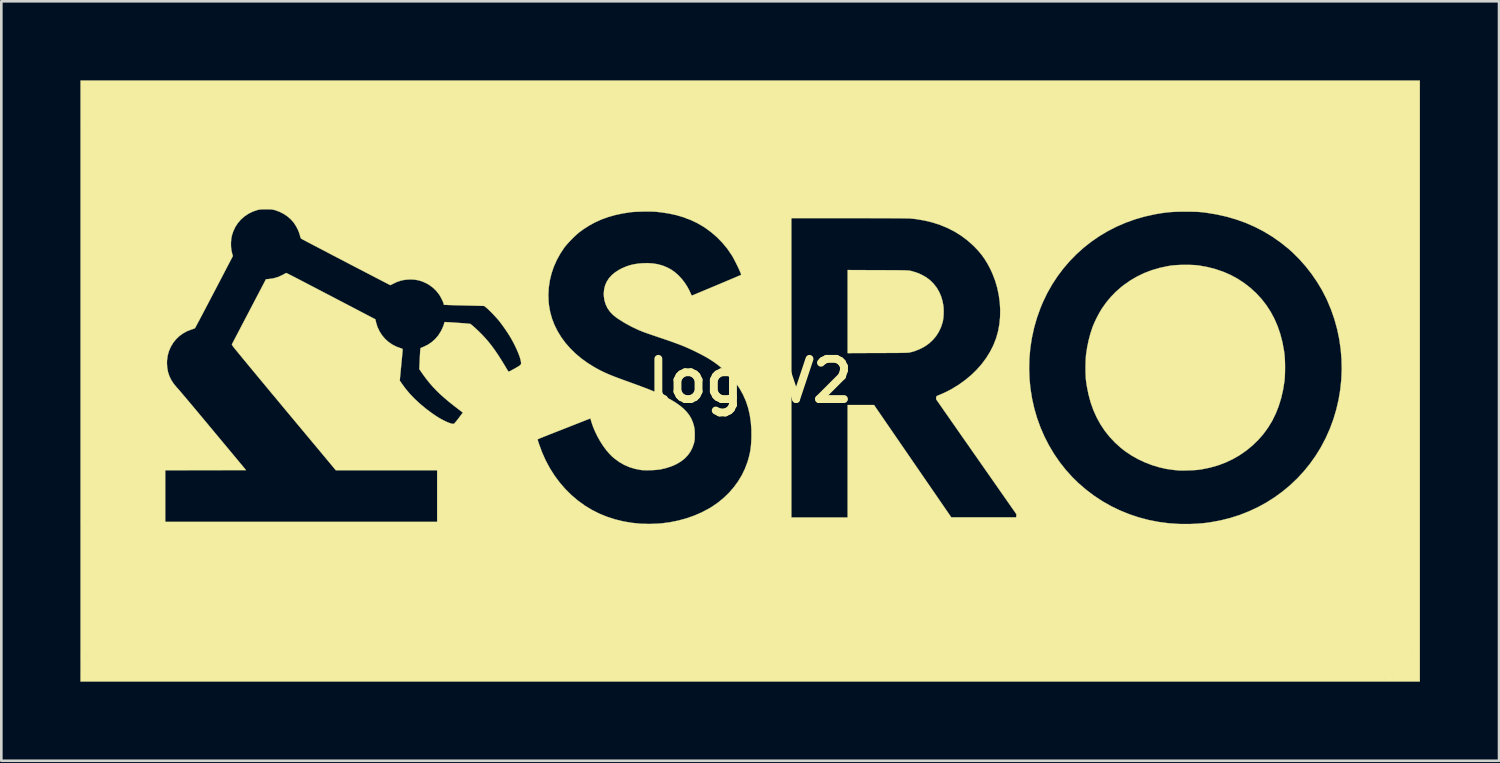
<source format=kicad_pcb>
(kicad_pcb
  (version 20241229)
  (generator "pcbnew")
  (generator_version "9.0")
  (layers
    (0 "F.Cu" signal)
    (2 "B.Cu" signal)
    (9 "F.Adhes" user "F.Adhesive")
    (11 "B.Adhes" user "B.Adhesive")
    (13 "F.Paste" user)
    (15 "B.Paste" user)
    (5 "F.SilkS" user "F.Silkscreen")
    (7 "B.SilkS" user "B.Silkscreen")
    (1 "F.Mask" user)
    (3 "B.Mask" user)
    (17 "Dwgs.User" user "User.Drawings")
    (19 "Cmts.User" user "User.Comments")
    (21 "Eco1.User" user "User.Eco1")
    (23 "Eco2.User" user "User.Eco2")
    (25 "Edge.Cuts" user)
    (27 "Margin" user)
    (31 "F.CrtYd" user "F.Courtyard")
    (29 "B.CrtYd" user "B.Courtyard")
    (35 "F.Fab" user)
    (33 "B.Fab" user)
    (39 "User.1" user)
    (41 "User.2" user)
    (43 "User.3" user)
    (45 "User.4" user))
  (footprint "logoV2"
    (layer "F.Cu")
    (at 25.405 11.397)
    (property "Reference" "logoV2" (at 0 0 0) (layer "F.SilkS") (effects (font (size 1.524 1.524) (thickness 0.3))))
    (attr through_hole)
    (fp_poly (pts (xy 4.842 -4.2) (xy 5.039 -4.2) (xy 5.212 -4.199) (xy 5.364 -4.198) (xy 5.495 -4.197) (xy 5.607 -4.197) (xy 5.703 -4.196) (xy 5.783 -4.194) (xy 5.85 -4.193) (xy 5.905 -4.191) (xy 5.95 -4.189) (xy 5.987 -4.187) (xy 6.017 -4.184) (xy 6.042 -4.181) (xy 6.064 -4.178) (xy 6.084 -4.174) (xy 6.102 -4.17) (xy 6.304 -4.111) (xy 6.49 -4.034) (xy 6.66 -3.939) (xy 6.813 -3.827) (xy 6.948 -3.697) (xy 7.064 -3.55) (xy 7.083 -3.522) (xy 7.17 -3.372) (xy 7.238 -3.216) (xy 7.289 -3.049) (xy 7.324 -2.877) (xy 7.336 -2.77) (xy 7.34 -2.65) (xy 7.338 -2.525) (xy 7.329 -2.402) (xy 7.314 -2.291) (xy 7.298 -2.219) (xy 7.236 -2.031) (xy 7.153 -1.857) (xy 7.05 -1.697) (xy 6.927 -1.552) (xy 6.786 -1.422) (xy 6.627 -1.309) (xy 6.451 -1.214) (xy 6.259 -1.136) (xy 6.096 -1.089) (xy 6.077 -1.084) (xy 6.058 -1.08) (xy 6.037 -1.077) (xy 6.012 -1.073) (xy 5.983 -1.071) (xy 5.947 -1.069) (xy 5.902 -1.067) (xy 5.847 -1.065) (xy 5.781 -1.064) (xy 5.7 -1.062) (xy 5.605 -1.061) (xy 5.492 -1.061) (xy 5.361 -1.06) (xy 5.209 -1.059) (xy 5.036 -1.058) (xy 4.842 -1.058) (xy 3.696 -1.053) (xy 3.696 -4.205) (xy 4.842 -4.2)) (stroke (width 0.01) (type solid)) (fill yes) (layer "F.SilkS"))
    (fp_poly (pts (xy 16.706 -4.399) (xy 16.833 -4.394) (xy 16.945 -4.386) (xy 17.018 -4.377) (xy 17.338 -4.32) (xy 17.645 -4.241) (xy 17.938 -4.141) (xy 18.218 -4.02) (xy 18.484 -3.877) (xy 18.736 -3.712) (xy 18.975 -3.526) (xy 19.197 -3.322) (xy 19.399 -3.103) (xy 19.581 -2.869) (xy 19.742 -2.621) (xy 19.883 -2.357) (xy 20.004 -2.079) (xy 20.105 -1.785) (xy 20.186 -1.476) (xy 20.247 -1.151) (xy 20.265 -1.022) (xy 20.274 -0.925) (xy 20.281 -0.809) (xy 20.286 -0.679) (xy 20.288 -0.542) (xy 20.287 -0.403) (xy 20.284 -0.268) (xy 20.279 -0.144) (xy 20.27 -0.036) (xy 20.265 0.013) (xy 20.212 0.344) (xy 20.139 0.659) (xy 20.046 0.96) (xy 19.933 1.245) (xy 19.8 1.515) (xy 19.646 1.769) (xy 19.472 2.008) (xy 19.277 2.233) (xy 19.062 2.442) (xy 18.827 2.636) (xy 18.811 2.648) (xy 18.561 2.821) (xy 18.297 2.972) (xy 18.021 3.101) (xy 17.734 3.208) (xy 17.436 3.292) (xy 17.127 3.354) (xy 16.999 3.373) (xy 16.943 3.378) (xy 16.869 3.384) (xy 16.782 3.389) (xy 16.688 3.393) (xy 16.59 3.396) (xy 16.495 3.398) (xy 16.407 3.4) (xy 16.331 3.399) (xy 16.273 3.398) (xy 16.25 3.396) (xy 16.216 3.393) (xy 16.164 3.388) (xy 16.103 3.382) (xy 16.059 3.378) (xy 15.784 3.339) (xy 15.507 3.276) (xy 15.232 3.192) (xy 14.962 3.087) (xy 14.701 2.964) (xy 14.452 2.823) (xy 14.218 2.665) (xy 14.06 2.542) (xy 13.835 2.338) (xy 13.631 2.121) (xy 13.447 1.89) (xy 13.284 1.644) (xy 13.141 1.383) (xy 13.017 1.108) (xy 12.914 0.817) (xy 12.831 0.51) (xy 12.767 0.187) (xy 12.736 -0.032) (xy 12.729 -0.113) (xy 12.724 -0.214) (xy 12.72 -0.33) (xy 12.719 -0.454) (xy 12.72 -0.582) (xy 12.723 -0.708) (xy 12.727 -0.826) (xy 12.734 -0.931) (xy 12.742 -1.017) (xy 12.743 -1.022) (xy 12.783 -1.28) (xy 12.837 -1.539) (xy 12.904 -1.79) (xy 12.981 -2.026) (xy 12.987 -2.043) (xy 13.025 -2.137) (xy 13.073 -2.246) (xy 13.129 -2.363) (xy 13.19 -2.481) (xy 13.251 -2.593) (xy 13.31 -2.693) (xy 13.348 -2.754) (xy 13.511 -2.983) (xy 13.685 -3.191) (xy 13.872 -3.383) (xy 14.077 -3.562) (xy 14.19 -3.65) (xy 14.434 -3.819) (xy 14.688 -3.966) (xy 14.952 -4.092) (xy 15.228 -4.197) (xy 15.518 -4.283) (xy 15.824 -4.349) (xy 15.951 -4.371) (xy 16.047 -4.382) (xy 16.163 -4.391) (xy 16.293 -4.398) (xy 16.43 -4.401) (xy 16.57 -4.401) (xy 16.706 -4.399)) (stroke (width 0.01) (type solid)) (fill yes) (layer "F.SilkS"))
    (fp_poly (pts (xy 25.4 11.405) (xy -25.4 11.405) (xy -25.4 11.347) (xy 23.8 11.347) (xy 23.806 11.354) (xy 23.812 11.347) (xy 23.806 11.341) (xy 23.8 11.347) (xy -25.4 11.347) (xy -25.4 11.271) (xy 24.041 11.271) (xy 24.047 11.278) (xy 24.054 11.271) (xy 24.047 11.265) (xy 24.041 11.271) (xy -25.4 11.271) (xy -25.4 11.119) (xy 24.359 11.119) (xy 24.365 11.125) (xy 24.371 11.119) (xy 24.365 11.113) (xy 24.359 11.119) (xy -25.4 11.119) (xy -25.4 10.471) (xy 25.044 10.471) (xy 25.051 10.477) (xy 25.057 10.471) (xy 25.051 10.465) (xy 25.044 10.471) (xy -25.4 10.471) (xy -25.4 10.37) (xy 25.108 10.37) (xy 25.114 10.376) (xy 25.121 10.37) (xy 25.114 10.363) (xy 25.108 10.37) (xy -25.4 10.37) (xy -25.4 3.391) (xy -22.187 3.391) (xy -22.187 5.347) (xy -11.874 5.347) (xy -11.874 3.391) (xy -15.716 3.391) (xy -16.691 2.221) (xy -8.065 2.221) (xy -8.061 2.236) (xy -8.05 2.27) (xy -8.035 2.319) (xy -8.016 2.377) (xy -8.013 2.388) (xy -7.894 2.71) (xy -7.756 3.019) (xy -7.598 3.313) (xy -7.421 3.592) (xy -7.225 3.855) (xy -7.013 4.101) (xy -6.783 4.329) (xy -6.537 4.538) (xy -6.275 4.728) (xy -6.267 4.733) (xy -6.003 4.893) (xy -5.724 5.034) (xy -5.432 5.153) (xy -5.13 5.251) (xy -4.817 5.328) (xy -4.496 5.383) (xy -4.168 5.417) (xy -3.835 5.427) (xy -3.498 5.415) (xy -3.349 5.403) (xy -3.03 5.36) (xy -2.717 5.296) (xy -2.412 5.212) (xy -2.325 5.182) (xy 1.562 5.182) (xy 3.696 5.182) (xy 3.696 0.914) (xy 4.697 0.914) (xy 6.162 3.045) (xy 7.627 5.175) (xy 10.09 5.175) (xy 10.094 5.116) (xy 10.098 5.057) (xy 8.582 2.887) (xy 8.434 2.676) (xy 8.291 2.47) (xy 8.151 2.271) (xy 8.017 2.079) (xy 7.889 1.896) (xy 7.768 1.721) (xy 7.653 1.558) (xy 7.547 1.405) (xy 7.449 1.265) (xy 7.36 1.138) (xy 7.282 1.025) (xy 7.214 0.927) (xy 7.157 0.846) (xy 7.112 0.782) (xy 7.08 0.736) (xy 7.061 0.709) (xy 7.057 0.702) (xy 7.052 0.68) (xy 7.053 0.645) (xy 7.055 0.631) (xy 7.061 0.602) (xy 7.07 0.583) (xy 7.09 0.568) (xy 7.126 0.553) (xy 7.142 0.547) (xy 7.251 0.502) (xy 7.371 0.448) (xy 7.494 0.388) (xy 7.609 0.328) (xy 7.645 0.308) (xy 7.91 0.145) (xy 8.157 -0.032) (xy 8.386 -0.223) (xy 8.595 -0.426) (xy 8.621 -0.455) (xy 10.581 -0.455) (xy 10.596 -0.059) (xy 10.631 0.292) (xy 10.692 0.673) (xy 10.776 1.047) (xy 10.883 1.413) (xy 11.012 1.77) (xy 11.163 2.116) (xy 11.335 2.451) (xy 11.527 2.773) (xy 11.74 3.082) (xy 11.971 3.375) (xy 12.221 3.653) (xy 12.453 3.879) (xy 12.742 4.128) (xy 13.045 4.357) (xy 13.361 4.565) (xy 13.69 4.751) (xy 14.03 4.915) (xy 14.381 5.058) (xy 14.741 5.178) (xy 15.109 5.275) (xy 15.486 5.349) (xy 15.868 5.4) (xy 16.257 5.427) (xy 16.651 5.43) (xy 16.834 5.423) (xy 16.972 5.415) (xy 17.093 5.406) (xy 17.205 5.396) (xy 17.314 5.383) (xy 17.431 5.367) (xy 17.45 5.364) (xy 17.83 5.295) (xy 18.2 5.203) (xy 18.562 5.088) (xy 18.912 4.951) (xy 19.252 4.793) (xy 19.579 4.614) (xy 19.892 4.415) (xy 20.192 4.197) (xy 20.477 3.96) (xy 20.746 3.705) (xy 20.999 3.432) (xy 21.234 3.142) (xy 21.451 2.836) (xy 21.649 2.515) (xy 21.826 2.178) (xy 21.831 2.169) (xy 21.988 1.815) (xy 22.122 1.453) (xy 22.232 1.084) (xy 22.319 0.71) (xy 22.382 0.331) (xy 22.422 -0.05) (xy 22.438 -0.434) (xy 22.43 -0.817) (xy 22.399 -1.199) (xy 22.344 -1.579) (xy 22.266 -1.955) (xy 22.164 -2.326) (xy 22.038 -2.691) (xy 21.889 -3.047) (xy 21.851 -3.131) (xy 21.687 -3.448) (xy 21.5 -3.758) (xy 21.294 -4.058) (xy 21.07 -4.345) (xy 20.83 -4.616) (xy 20.576 -4.869) (xy 20.425 -5.005) (xy 20.125 -5.246) (xy 19.814 -5.465) (xy 19.49 -5.662) (xy 19.154 -5.837) (xy 18.806 -5.99) (xy 18.445 -6.12) (xy 18.072 -6.229) (xy 17.686 -6.315) (xy 17.288 -6.38) (xy 17.208 -6.39) (xy 17.136 -6.398) (xy 17.069 -6.404) (xy 17.003 -6.409) (xy 16.932 -6.413) (xy 16.852 -6.416) (xy 16.759 -6.417) (xy 16.65 -6.418) (xy 16.535 -6.419) (xy 16.361 -6.418) (xy 16.207 -6.416) (xy 16.068 -6.41) (xy 15.938 -6.402) (xy 15.812 -6.39) (xy 15.685 -6.374) (xy 15.551 -6.354) (xy 15.406 -6.329) (xy 15.342 -6.317) (xy 14.965 -6.234) (xy 14.598 -6.128) (xy 14.242 -6) (xy 13.897 -5.851) (xy 13.565 -5.681) (xy 13.246 -5.491) (xy 12.941 -5.281) (xy 12.651 -5.053) (xy 12.376 -4.806) (xy 12.118 -4.542) (xy 11.877 -4.261) (xy 11.654 -3.964) (xy 11.45 -3.652) (xy 11.265 -3.325) (xy 11.101 -2.983) (xy 11.012 -2.769) (xy 10.878 -2.395) (xy 10.769 -2.015) (xy 10.685 -1.631) (xy 10.625 -1.242) (xy 10.59 -0.85) (xy 10.581 -0.455) (xy 8.621 -0.455) (xy 8.784 -0.641) (xy 8.952 -0.867) (xy 9.098 -1.102) (xy 9.222 -1.346) (xy 9.321 -1.598) (xy 9.335 -1.638) (xy 9.405 -1.891) (xy 9.453 -2.154) (xy 9.479 -2.425) (xy 9.484 -2.7) (xy 9.467 -2.978) (xy 9.429 -3.256) (xy 9.371 -3.531) (xy 9.291 -3.802) (xy 9.191 -4.064) (xy 9.113 -4.235) (xy 9.008 -4.434) (xy 8.898 -4.614) (xy 8.779 -4.781) (xy 8.646 -4.941) (xy 8.494 -5.1) (xy 8.463 -5.131) (xy 8.243 -5.327) (xy 8.007 -5.504) (xy 7.756 -5.661) (xy 7.49 -5.797) (xy 7.21 -5.913) (xy 6.916 -6.009) (xy 6.608 -6.083) (xy 6.287 -6.137) (xy 6.09 -6.159) (xy 6.058 -6.161) (xy 6.001 -6.163) (xy 5.92 -6.164) (xy 5.816 -6.166) (xy 5.689 -6.167) (xy 5.54 -6.168) (xy 5.37 -6.169) (xy 5.178 -6.17) (xy 4.967 -6.171) (xy 4.736 -6.171) (xy 4.486 -6.172) (xy 4.218 -6.172) (xy 3.933 -6.172) (xy 3.756 -6.172) (xy 1.562 -6.172) (xy 1.562 5.182) (xy -2.325 5.182) (xy -2.117 5.108) (xy -1.835 4.986) (xy -1.569 4.845) (xy -1.452 4.775) (xy -1.218 4.613) (xy -1 4.434) (xy -0.8 4.24) (xy -0.619 4.031) (xy -0.458 3.81) (xy -0.317 3.577) (xy -0.199 3.333) (xy -0.104 3.081) (xy -0.078 2.996) (xy -0.039 2.854) (xy -0.009 2.721) (xy 0.014 2.588) (xy 0.03 2.45) (xy 0.041 2.3) (xy 0.047 2.151) (xy 0.046 1.845) (xy 0.024 1.555) (xy -0.018 1.278) (xy -0.08 1.015) (xy -0.164 0.764) (xy -0.269 0.525) (xy -0.396 0.297) (xy -0.545 0.079) (xy -0.716 -0.129) (xy -0.813 -0.233) (xy -0.946 -0.365) (xy -1.078 -0.485) (xy -1.212 -0.596) (xy -1.353 -0.7) (xy -1.503 -0.8) (xy -1.667 -0.898) (xy -1.848 -0.997) (xy -2.049 -1.099) (xy -2.072 -1.11) (xy -2.193 -1.169) (xy -2.309 -1.222) (xy -2.422 -1.272) (xy -2.537 -1.321) (xy -2.657 -1.368) (xy -2.787 -1.417) (xy -2.929 -1.469) (xy -3.087 -1.525) (xy -3.266 -1.586) (xy -3.289 -1.594) (xy -3.448 -1.647) (xy -3.585 -1.694) (xy -3.702 -1.734) (xy -3.802 -1.768) (xy -3.887 -1.797) (xy -3.959 -1.823) (xy -4.02 -1.845) (xy -4.074 -1.865) (xy -4.121 -1.884) (xy -4.165 -1.902) (xy -4.207 -1.919) (xy -4.251 -1.938) (xy -4.267 -1.945) (xy -4.518 -2.065) (xy -4.765 -2.201) (xy -4.998 -2.347) (xy -5.074 -2.399) (xy -5.209 -2.508) (xy -5.323 -2.629) (xy -5.415 -2.762) (xy -5.483 -2.906) (xy -5.529 -3.06) (xy -5.551 -3.223) (xy -5.554 -3.308) (xy -5.54 -3.468) (xy -5.504 -3.618) (xy -5.444 -3.758) (xy -5.361 -3.887) (xy -5.255 -4.006) (xy -5.126 -4.115) (xy -4.974 -4.213) (xy -4.858 -4.273) (xy -4.713 -4.336) (xy -4.57 -4.385) (xy -4.422 -4.421) (xy -4.263 -4.446) (xy -4.119 -4.46) (xy -3.897 -4.468) (xy -3.69 -4.455) (xy -3.496 -4.423) (xy -3.312 -4.371) (xy -3.136 -4.297) (xy -2.996 -4.221) (xy -2.862 -4.128) (xy -2.73 -4.013) (xy -2.605 -3.88) (xy -2.49 -3.735) (xy -2.389 -3.58) (xy -2.303 -3.42) (xy -2.273 -3.351) (xy -2.251 -3.302) (xy -2.232 -3.263) (xy -2.219 -3.239) (xy -2.213 -3.234) (xy -2.2 -3.24) (xy -2.165 -3.254) (xy -2.112 -3.276) (xy -2.041 -3.305) (xy -1.956 -3.341) (xy -1.858 -3.382) (xy -1.75 -3.427) (xy -1.634 -3.476) (xy -1.512 -3.527) (xy -1.385 -3.58) (xy -1.257 -3.634) (xy -1.129 -3.688) (xy -1.004 -3.74) (xy -0.884 -3.791) (xy -0.77 -3.839) (xy -0.665 -3.883) (xy -0.571 -3.923) (xy -0.491 -3.957) (xy -0.426 -3.985) (xy -0.379 -4.005) (xy -0.351 -4.017) (xy -0.344 -4.02) (xy -0.345 -4.036) (xy -0.356 -4.071) (xy -0.376 -4.123) (xy -0.403 -4.187) (xy -0.437 -4.262) (xy -0.475 -4.343) (xy -0.517 -4.427) (xy -0.56 -4.512) (xy -0.603 -4.595) (xy -0.644 -4.672) (xy -0.683 -4.74) (xy -0.705 -4.775) (xy -0.867 -5.012) (xy -1.051 -5.235) (xy -1.253 -5.443) (xy -1.472 -5.633) (xy -1.706 -5.805) (xy -1.784 -5.855) (xy -2.019 -5.991) (xy -2.266 -6.107) (xy -2.524 -6.205) (xy -2.797 -6.286) (xy -3.086 -6.349) (xy -3.392 -6.395) (xy -3.581 -6.415) (xy -3.663 -6.42) (xy -3.764 -6.423) (xy -3.878 -6.424) (xy -4 -6.424) (xy -4.124 -6.421) (xy -4.246 -6.417) (xy -4.36 -6.412) (xy -4.461 -6.405) (xy -4.543 -6.397) (xy -4.559 -6.395) (xy -4.856 -6.347) (xy -5.132 -6.287) (xy -5.391 -6.213) (xy -5.635 -6.125) (xy -5.867 -6.022) (xy -6.09 -5.902) (xy -6.306 -5.765) (xy -6.477 -5.641) (xy -6.544 -5.585) (xy -6.622 -5.515) (xy -6.706 -5.435) (xy -6.792 -5.349) (xy -6.874 -5.262) (xy -6.95 -5.178) (xy -7.014 -5.103) (xy -7.049 -5.058) (xy -7.205 -4.823) (xy -7.339 -4.579) (xy -7.45 -4.327) (xy -7.537 -4.069) (xy -7.601 -3.805) (xy -7.64 -3.537) (xy -7.655 -3.267) (xy -7.645 -2.996) (xy -7.631 -2.864) (xy -7.586 -2.611) (xy -7.517 -2.363) (xy -7.424 -2.122) (xy -7.307 -1.887) (xy -7.169 -1.66) (xy -7.009 -1.442) (xy -6.827 -1.234) (xy -6.626 -1.037) (xy -6.405 -0.851) (xy -6.164 -0.678) (xy -5.944 -0.54) (xy -5.848 -0.485) (xy -5.756 -0.434) (xy -5.665 -0.387) (xy -5.572 -0.341) (xy -5.474 -0.296) (xy -5.368 -0.25) (xy -5.252 -0.202) (xy -5.122 -0.151) (xy -4.976 -0.096) (xy -4.811 -0.035) (xy -4.663 0.018) (xy -4.478 0.085) (xy -4.314 0.145) (xy -4.169 0.199) (xy -4.04 0.247) (xy -3.925 0.291) (xy -3.821 0.331) (xy -3.727 0.37) (xy -3.638 0.407) (xy -3.554 0.444) (xy -3.47 0.482) (xy -3.386 0.522) (xy -3.297 0.565) (xy -3.245 0.59) (xy -3.031 0.702) (xy -2.842 0.814) (xy -2.677 0.929) (xy -2.535 1.047) (xy -2.415 1.168) (xy -2.316 1.293) (xy -2.237 1.424) (xy -2.179 1.56) (xy -2.167 1.595) (xy -2.143 1.676) (xy -2.125 1.747) (xy -2.113 1.814) (xy -2.106 1.886) (xy -2.103 1.969) (xy -2.102 2.051) (xy -2.103 2.135) (xy -2.105 2.2) (xy -2.11 2.252) (xy -2.117 2.298) (xy -2.127 2.344) (xy -2.132 2.362) (xy -2.189 2.529) (xy -2.267 2.683) (xy -2.367 2.822) (xy -2.487 2.947) (xy -2.629 3.057) (xy -2.791 3.154) (xy -2.973 3.236) (xy -3.176 3.303) (xy -3.388 3.354) (xy -3.467 3.366) (xy -3.565 3.376) (xy -3.675 3.384) (xy -3.79 3.388) (xy -3.904 3.39) (xy -4.01 3.389) (xy -4.101 3.384) (xy -4.147 3.379) (xy -4.367 3.337) (xy -4.58 3.272) (xy -4.784 3.183) (xy -4.977 3.071) (xy -5.158 2.937) (xy -5.22 2.885) (xy -5.343 2.762) (xy -5.465 2.619) (xy -5.583 2.458) (xy -5.694 2.284) (xy -5.797 2.101) (xy -5.888 1.913) (xy -5.966 1.724) (xy -6.028 1.539) (xy -6.045 1.477) (xy -6.059 1.424) (xy -6.138 1.454) (xy -6.158 1.461) (xy -6.19 1.474) (xy -6.236 1.492) (xy -6.296 1.515) (xy -6.371 1.545) (xy -6.462 1.581) (xy -6.57 1.623) (xy -6.695 1.672) (xy -6.838 1.729) (xy -7.001 1.793) (xy -7.184 1.865) (xy -7.388 1.945) (xy -7.614 2.034) (xy -7.863 2.133) (xy -7.864 2.133) (xy -7.93 2.16) (xy -7.987 2.183) (xy -8.031 2.203) (xy -8.058 2.216) (xy -8.065 2.221) (xy -16.691 2.221) (xy -17.653 1.068) (xy -17.83 0.855) (xy -18.002 0.648) (xy -18.171 0.446) (xy -18.333 0.25) (xy -18.489 0.062) (xy -18.639 -0.118) (xy -18.78 -0.289) (xy -18.914 -0.45) (xy -19.038 -0.6) (xy -19.152 -0.739) (xy -19.256 -0.864) (xy -19.348 -0.977) (xy -19.429 -1.075) (xy -19.497 -1.158) (xy -19.551 -1.225) (xy -19.591 -1.274) (xy -19.616 -1.306) (xy -19.625 -1.319) (xy -19.661 -1.382) (xy -18.368 -3.854) (xy -18.258 -3.864) (xy -18.076 -3.891) (xy -17.903 -3.942) (xy -17.741 -4.016) (xy -17.697 -4.04) (xy -17.654 -4.065) (xy -17.619 -4.083) (xy -17.598 -4.093) (xy -17.595 -4.093) (xy -17.582 -4.087) (xy -17.549 -4.071) (xy -17.495 -4.043) (xy -17.422 -4.006) (xy -17.332 -3.96) (xy -17.225 -3.905) (xy -17.104 -3.842) (xy -16.969 -3.772) (xy -16.821 -3.695) (xy -16.662 -3.612) (xy -16.493 -3.524) (xy -16.315 -3.431) (xy -16.129 -3.334) (xy -15.937 -3.234) (xy -15.9 -3.215) (xy -14.218 -2.336) (xy -14.189 -2.212) (xy -14.136 -2.041) (xy -14.06 -1.88) (xy -13.965 -1.732) (xy -13.851 -1.597) (xy -13.72 -1.478) (xy -13.573 -1.377) (xy -13.414 -1.296) (xy -13.272 -1.245) (xy -13.226 -1.23) (xy -13.199 -1.219) (xy -13.186 -1.206) (xy -13.183 -1.19) (xy -13.183 -1.181) (xy -13.184 -1.16) (xy -13.187 -1.116) (xy -13.193 -1.054) (xy -13.2 -0.976) (xy -13.208 -0.886) (xy -13.218 -0.786) (xy -13.227 -0.695) (xy -13.237 -0.585) (xy -13.248 -0.478) (xy -13.257 -0.378) (xy -13.266 -0.288) (xy -13.273 -0.213) (xy -13.279 -0.157) (xy -13.281 -0.13) (xy -13.292 -0.012) (xy -13.205 0.116) (xy -13.066 0.305) (xy -12.904 0.496) (xy -12.722 0.685) (xy -12.522 0.87) (xy -12.307 1.049) (xy -12.079 1.22) (xy -11.944 1.313) (xy -11.842 1.379) (xy -11.738 1.44) (xy -11.637 1.494) (xy -11.54 1.542) (xy -11.451 1.58) (xy -11.373 1.609) (xy -11.309 1.627) (xy -11.26 1.632) (xy -11.24 1.628) (xy -11.224 1.615) (xy -11.196 1.585) (xy -11.158 1.54) (xy -11.113 1.485) (xy -11.065 1.423) (xy -11.055 1.41) (xy -10.899 1.202) (xy -11.054 1.085) (xy -11.262 0.925) (xy -11.45 0.774) (xy -11.62 0.629) (xy -11.776 0.489) (xy -11.918 0.35) (xy -12.05 0.209) (xy -12.174 0.066) (xy -12.293 -0.084) (xy -12.409 -0.242) (xy -12.46 -0.315) (xy -12.551 -0.447) (xy -12.535 -0.785) (xy -12.531 -0.879) (xy -12.526 -0.968) (xy -12.522 -1.047) (xy -12.517 -1.112) (xy -12.514 -1.16) (xy -12.511 -1.185) (xy -12.503 -1.246) (xy -12.4 -1.287) (xy -12.234 -1.367) (xy -12.083 -1.468) (xy -11.948 -1.587) (xy -11.831 -1.724) (xy -11.733 -1.879) (xy -11.703 -1.937) (xy -11.674 -1.999) (xy -11.647 -2.062) (xy -11.626 -2.117) (xy -11.616 -2.151) (xy -11.605 -2.191) (xy -11.596 -2.22) (xy -11.591 -2.231) (xy -11.577 -2.231) (xy -11.542 -2.23) (xy -11.488 -2.228) (xy -11.418 -2.224) (xy -11.337 -2.219) (xy -11.247 -2.213) (xy -11.153 -2.206) (xy -11.056 -2.199) (xy -10.962 -2.193) (xy -10.872 -2.186) (xy -10.791 -2.179) (xy -10.722 -2.173) (xy -10.668 -2.168) (xy -10.633 -2.164) (xy -10.621 -2.162) (xy -10.599 -2.149) (xy -10.561 -2.12) (xy -10.512 -2.078) (xy -10.453 -2.027) (xy -10.388 -1.967) (xy -10.32 -1.903) (xy -10.252 -1.836) (xy -10.185 -1.77) (xy -10.156 -1.74) (xy -10.032 -1.606) (xy -9.911 -1.465) (xy -9.793 -1.314) (xy -9.674 -1.15) (xy -9.552 -0.97) (xy -9.426 -0.772) (xy -9.334 -0.622) (xy -9.29 -0.549) (xy -9.25 -0.482) (xy -9.216 -0.426) (xy -9.189 -0.383) (xy -9.173 -0.357) (xy -9.168 -0.351) (xy -9.155 -0.353) (xy -9.122 -0.367) (xy -9.075 -0.39) (xy -9.016 -0.421) (xy -8.948 -0.459) (xy -8.929 -0.469) (xy -8.848 -0.516) (xy -8.786 -0.552) (xy -8.741 -0.583) (xy -8.712 -0.61) (xy -8.695 -0.636) (xy -8.689 -0.666) (xy -8.691 -0.702) (xy -8.699 -0.747) (xy -8.706 -0.781) (xy -8.728 -0.867) (xy -8.763 -0.969) (xy -8.809 -1.085) (xy -8.863 -1.21) (xy -8.924 -1.339) (xy -8.99 -1.469) (xy -9.06 -1.596) (xy -9.082 -1.634) (xy -9.139 -1.727) (xy -9.207 -1.833) (xy -9.282 -1.945) (xy -9.359 -2.055) (xy -9.434 -2.158) (xy -9.501 -2.246) (xy -9.507 -2.254) (xy -9.564 -2.323) (xy -9.632 -2.4) (xy -9.707 -2.481) (xy -9.783 -2.562) (xy -9.859 -2.638) (xy -9.928 -2.705) (xy -9.988 -2.76) (xy -10.015 -2.782) (xy -10.092 -2.843) (xy -10.662 -2.857) (xy -10.789 -2.86) (xy -10.915 -2.863) (xy -11.037 -2.866) (xy -11.15 -2.869) (xy -11.251 -2.872) (xy -11.336 -2.875) (xy -11.402 -2.877) (xy -11.425 -2.878) (xy -11.618 -2.885) (xy -11.626 -2.924) (xy -11.637 -2.961) (xy -11.659 -3.014) (xy -11.688 -3.076) (xy -11.72 -3.142) (xy -11.755 -3.205) (xy -11.787 -3.259) (xy -11.797 -3.275) (xy -11.906 -3.413) (xy -12.033 -3.535) (xy -12.177 -3.641) (xy -12.281 -3.701) (xy -12.425 -3.766) (xy -12.565 -3.811) (xy -12.708 -3.838) (xy -12.863 -3.848) (xy -12.889 -3.848) (xy -13.07 -3.838) (xy -13.24 -3.806) (xy -13.402 -3.752) (xy -13.545 -3.683) (xy -13.59 -3.66) (xy -13.626 -3.642) (xy -13.647 -3.633) (xy -13.651 -3.632) (xy -13.663 -3.638) (xy -13.696 -3.655) (xy -13.749 -3.682) (xy -13.819 -3.718) (xy -13.906 -3.763) (xy -14.008 -3.816) (xy -14.124 -3.876) (xy -14.251 -3.942) (xy -14.389 -4.014) (xy -14.536 -4.09) (xy -14.69 -4.17) (xy -14.851 -4.254) (xy -15.015 -4.339) (xy -15.183 -4.426) (xy -15.352 -4.515) (xy -15.52 -4.603) (xy -15.688 -4.69) (xy -15.852 -4.775) (xy -16.011 -4.859) (xy -16.164 -4.939) (xy -16.31 -5.015) (xy -16.446 -5.086) (xy -16.572 -5.152) (xy -16.686 -5.212) (xy -16.786 -5.264) (xy -16.87 -5.309) (xy -16.938 -5.345) (xy -16.988 -5.371) (xy -17.018 -5.388) (xy -17.027 -5.392) (xy -17.048 -5.417) (xy -17.064 -5.462) (xy -17.069 -5.483) (xy -17.103 -5.604) (xy -17.155 -5.732) (xy -17.221 -5.86) (xy -17.299 -5.98) (xy -17.325 -6.017) (xy -17.429 -6.132) (xy -17.552 -6.239) (xy -17.691 -6.332) (xy -17.84 -6.409) (xy -17.995 -6.468) (xy -18.034 -6.479) (xy -18.077 -6.49) (xy -18.117 -6.498) (xy -18.159 -6.503) (xy -18.21 -6.506) (xy -18.274 -6.508) (xy -18.357 -6.508) (xy -18.371 -6.508) (xy -18.459 -6.507) (xy -18.527 -6.505) (xy -18.58 -6.502) (xy -18.625 -6.496) (xy -18.665 -6.488) (xy -18.697 -6.48) (xy -18.873 -6.419) (xy -19.037 -6.337) (xy -19.186 -6.236) (xy -19.319 -6.118) (xy -19.435 -5.983) (xy -19.532 -5.834) (xy -19.608 -5.672) (xy -19.661 -5.505) (xy -19.685 -5.372) (xy -19.695 -5.228) (xy -19.692 -5.081) (xy -19.674 -4.94) (xy -19.646 -4.818) (xy -19.621 -4.738) (xy -20.333 -3.375) (xy -20.424 -3.202) (xy -20.511 -3.035) (xy -20.595 -2.875) (xy -20.674 -2.724) (xy -20.748 -2.584) (xy -20.816 -2.455) (xy -20.877 -2.339) (xy -20.931 -2.238) (xy -20.976 -2.153) (xy -21.013 -2.085) (xy -21.039 -2.036) (xy -21.055 -2.007) (xy -21.06 -1.999) (xy -21.079 -1.989) (xy -21.115 -1.975) (xy -21.163 -1.958) (xy -21.19 -1.95) (xy -21.358 -1.886) (xy -21.513 -1.801) (xy -21.654 -1.698) (xy -21.779 -1.577) (xy -21.887 -1.442) (xy -21.976 -1.293) (xy -22.046 -1.133) (xy -22.094 -0.963) (xy -22.119 -0.785) (xy -22.123 -0.684) (xy -22.113 -0.507) (xy -22.083 -0.34) (xy -22.031 -0.181) (xy -21.957 -0.03) (xy -21.859 0.118) (xy -21.737 0.264) (xy -21.704 0.298) (xy -21.687 0.318) (xy -21.653 0.357) (xy -21.606 0.412) (xy -21.545 0.484) (xy -21.472 0.57) (xy -21.387 0.671) (xy -21.292 0.784) (xy -21.188 0.908) (xy -21.074 1.043) (xy -20.953 1.188) (xy -20.826 1.34) (xy -20.693 1.5) (xy -20.555 1.665) (xy -20.413 1.835) (xy -20.371 1.886) (xy -19.123 3.385) (xy -20.655 3.388) (xy -22.187 3.391) (xy -25.4 3.391) (xy -25.4 -9.798) (xy 25.337 -9.798) (xy 25.343 -9.792) (xy 25.349 -9.798) (xy 25.343 -9.804) (xy 25.337 -9.798) (xy -25.4 -9.798) (xy -25.4 -11.392) (xy 25.4 -11.392) (xy 25.4 11.405)) (stroke (width 0.01) (type solid)) (fill yes) (layer "F.SilkS")))
  (gr_rect
    (start -3 -3)
    (end 53.81 25.806)
    (stroke (width 0.1) (type default))
    (fill no)
    (layer "Edge.Cuts")))
</source>
